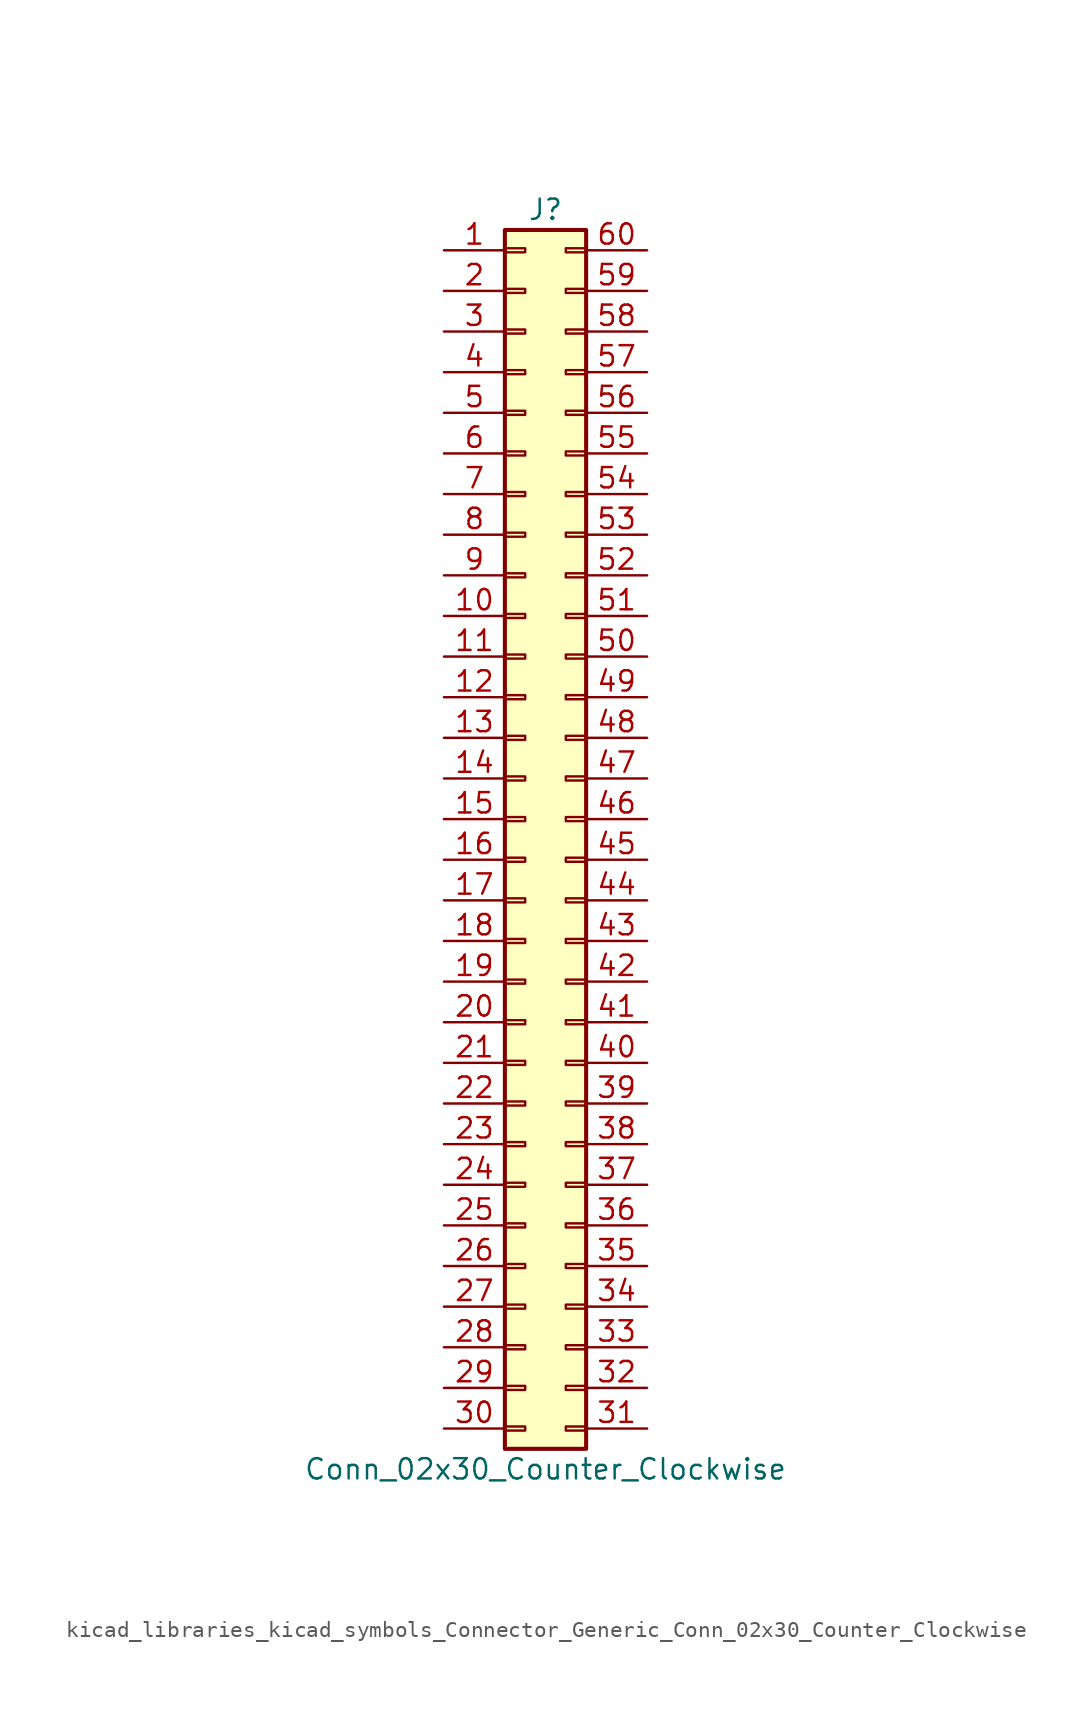
<source format=kicad_sym>
(kicad_symbol_lib
  (version 20220914)
  (generator kicad_symbol_editor)
  (symbol "kicad_libraries_kicad_symbols_Connector_Generic_Conn_02x30_Counter_Clockwise"
    (pin_names
      (offset 1.016) hide)
    (property "Reference" "J"
      (at 1.27 38.1 0)
      (effects (font (size 1.27 1.27))))
    (property "Value" "Conn_02x30_Counter_Clockwise"
      (at 1.27 -40.64 0)
      (effects (font (size 1.27 1.27))))
    (symbol "kicad_libraries_kicad_symbols_Connector_Generic_Conn_02x30_Counter_Clockwise_1_1"
      (rectangle (start -1.27 -37.973) (end 0 -38.227) (stroke (width 0.152) (type default)) (fill (type none)))
      (rectangle (start -1.27 -35.433) (end 0 -35.687) (stroke (width 0.152) (type default)) (fill (type none)))
      (rectangle (start -1.27 -32.893) (end 0 -33.147) (stroke (width 0.152) (type default)) (fill (type none)))
      (rectangle (start -1.27 -30.353) (end 0 -30.607) (stroke (width 0.152) (type default)) (fill (type none)))
      (rectangle (start -1.27 -27.813) (end 0 -28.067) (stroke (width 0.152) (type default)) (fill (type none)))
      (rectangle (start -1.27 -25.273) (end 0 -25.527) (stroke (width 0.152) (type default)) (fill (type none)))
      (rectangle (start -1.27 -22.733) (end 0 -22.987) (stroke (width 0.152) (type default)) (fill (type none)))
      (rectangle (start -1.27 -20.193) (end 0 -20.447) (stroke (width 0.152) (type default)) (fill (type none)))
      (rectangle (start -1.27 -17.653) (end 0 -17.907) (stroke (width 0.152) (type default)) (fill (type none)))
      (rectangle (start -1.27 -15.113) (end 0 -15.367) (stroke (width 0.152) (type default)) (fill (type none)))
      (rectangle (start -1.27 -12.573) (end 0 -12.827) (stroke (width 0.152) (type default)) (fill (type none)))
      (rectangle (start -1.27 -10.033) (end 0 -10.287) (stroke (width 0.152) (type default)) (fill (type none)))
      (rectangle (start -1.27 -7.493) (end 0 -7.747) (stroke (width 0.152) (type default)) (fill (type none)))
      (rectangle (start -1.27 -4.953) (end 0 -5.207) (stroke (width 0.152) (type default)) (fill (type none)))
      (rectangle (start -1.27 -2.413) (end 0 -2.667) (stroke (width 0.152) (type default)) (fill (type none)))
      (rectangle (start -1.27 0.127) (end 0 -0.127) (stroke (width 0.152) (type default)) (fill (type none)))
      (rectangle (start -1.27 2.667) (end 0 2.413) (stroke (width 0.152) (type default)) (fill (type none)))
      (rectangle (start -1.27 5.207) (end 0 4.953) (stroke (width 0.152) (type default)) (fill (type none)))
      (rectangle (start -1.27 7.747) (end 0 7.493) (stroke (width 0.152) (type default)) (fill (type none)))
      (rectangle (start -1.27 10.287) (end 0 10.033) (stroke (width 0.152) (type default)) (fill (type none)))
      (rectangle (start -1.27 12.827) (end 0 12.573) (stroke (width 0.152) (type default)) (fill (type none)))
      (rectangle (start -1.27 15.367) (end 0 15.113) (stroke (width 0.152) (type default)) (fill (type none)))
      (rectangle (start -1.27 17.907) (end 0 17.653) (stroke (width 0.152) (type default)) (fill (type none)))
      (rectangle (start -1.27 20.447) (end 0 20.193) (stroke (width 0.152) (type default)) (fill (type none)))
      (rectangle (start -1.27 22.987) (end 0 22.733) (stroke (width 0.152) (type default)) (fill (type none)))
      (rectangle (start -1.27 25.527) (end 0 25.273) (stroke (width 0.152) (type default)) (fill (type none)))
      (rectangle (start -1.27 28.067) (end 0 27.813) (stroke (width 0.152) (type default)) (fill (type none)))
      (rectangle (start -1.27 30.607) (end 0 30.353) (stroke (width 0.152) (type default)) (fill (type none)))
      (rectangle (start -1.27 33.147) (end 0 32.893) (stroke (width 0.152) (type default)) (fill (type none)))
      (rectangle (start -1.27 35.687) (end 0 35.433) (stroke (width 0.152) (type default)) (fill (type none)))
      (rectangle (start -1.27 36.83) (end 3.81 -39.37) (stroke (width 0.254) (type default)) (fill (type background)))
      (rectangle (start 3.81 -37.973) (end 2.54 -38.227) (stroke (width 0.152) (type default)) (fill (type none)))
      (rectangle (start 3.81 -35.433) (end 2.54 -35.687) (stroke (width 0.152) (type default)) (fill (type none)))
      (rectangle (start 3.81 -32.893) (end 2.54 -33.147) (stroke (width 0.152) (type default)) (fill (type none)))
      (rectangle (start 3.81 -30.353) (end 2.54 -30.607) (stroke (width 0.152) (type default)) (fill (type none)))
      (rectangle (start 3.81 -27.813) (end 2.54 -28.067) (stroke (width 0.152) (type default)) (fill (type none)))
      (rectangle (start 3.81 -25.273) (end 2.54 -25.527) (stroke (width 0.152) (type default)) (fill (type none)))
      (rectangle (start 3.81 -22.733) (end 2.54 -22.987) (stroke (width 0.152) (type default)) (fill (type none)))
      (rectangle (start 3.81 -20.193) (end 2.54 -20.447) (stroke (width 0.152) (type default)) (fill (type none)))
      (rectangle (start 3.81 -17.653) (end 2.54 -17.907) (stroke (width 0.152) (type default)) (fill (type none)))
      (rectangle (start 3.81 -15.113) (end 2.54 -15.367) (stroke (width 0.152) (type default)) (fill (type none)))
      (rectangle (start 3.81 -12.573) (end 2.54 -12.827) (stroke (width 0.152) (type default)) (fill (type none)))
      (rectangle (start 3.81 -10.033) (end 2.54 -10.287) (stroke (width 0.152) (type default)) (fill (type none)))
      (rectangle (start 3.81 -7.493) (end 2.54 -7.747) (stroke (width 0.152) (type default)) (fill (type none)))
      (rectangle (start 3.81 -4.953) (end 2.54 -5.207) (stroke (width 0.152) (type default)) (fill (type none)))
      (rectangle (start 3.81 -2.413) (end 2.54 -2.667) (stroke (width 0.152) (type default)) (fill (type none)))
      (rectangle (start 3.81 0.127) (end 2.54 -0.127) (stroke (width 0.152) (type default)) (fill (type none)))
      (rectangle (start 3.81 2.667) (end 2.54 2.413) (stroke (width 0.152) (type default)) (fill (type none)))
      (rectangle (start 3.81 5.207) (end 2.54 4.953) (stroke (width 0.152) (type default)) (fill (type none)))
      (rectangle (start 3.81 7.747) (end 2.54 7.493) (stroke (width 0.152) (type default)) (fill (type none)))
      (rectangle (start 3.81 10.287) (end 2.54 10.033) (stroke (width 0.152) (type default)) (fill (type none)))
      (rectangle (start 3.81 12.827) (end 2.54 12.573) (stroke (width 0.152) (type default)) (fill (type none)))
      (rectangle (start 3.81 15.367) (end 2.54 15.113) (stroke (width 0.152) (type default)) (fill (type none)))
      (rectangle (start 3.81 17.907) (end 2.54 17.653) (stroke (width 0.152) (type default)) (fill (type none)))
      (rectangle (start 3.81 20.447) (end 2.54 20.193) (stroke (width 0.152) (type default)) (fill (type none)))
      (rectangle (start 3.81 22.987) (end 2.54 22.733) (stroke (width 0.152) (type default)) (fill (type none)))
      (rectangle (start 3.81 25.527) (end 2.54 25.273) (stroke (width 0.152) (type default)) (fill (type none)))
      (rectangle (start 3.81 28.067) (end 2.54 27.813) (stroke (width 0.152) (type default)) (fill (type none)))
      (rectangle (start 3.81 30.607) (end 2.54 30.353) (stroke (width 0.152) (type default)) (fill (type none)))
      (rectangle (start 3.81 33.147) (end 2.54 32.893) (stroke (width 0.152) (type default)) (fill (type none)))
      (rectangle (start 3.81 35.687) (end 2.54 35.433) (stroke (width 0.152) (type default)) (fill (type none)))
      (pin passive line (at -5.08 35.56 0) (length 3.81) (name "Pin_1" (effects (font (size 1.27 1.27)))) (number "1" (effects (font (size 1.27 1.27)))))
      (pin passive line (at -5.08 12.7 0) (length 3.81) (name "Pin_10" (effects (font (size 1.27 1.27)))) (number "10" (effects (font (size 1.27 1.27)))))
      (pin passive line (at -5.08 10.16 0) (length 3.81) (name "Pin_11" (effects (font (size 1.27 1.27)))) (number "11" (effects (font (size 1.27 1.27)))))
      (pin passive line (at -5.08 7.62 0) (length 3.81) (name "Pin_12" (effects (font (size 1.27 1.27)))) (number "12" (effects (font (size 1.27 1.27)))))
      (pin passive line (at -5.08 5.08 0) (length 3.81) (name "Pin_13" (effects (font (size 1.27 1.27)))) (number "13" (effects (font (size 1.27 1.27)))))
      (pin passive line (at -5.08 2.54 0) (length 3.81) (name "Pin_14" (effects (font (size 1.27 1.27)))) (number "14" (effects (font (size 1.27 1.27)))))
      (pin passive line (at -5.08 0 0) (length 3.81) (name "Pin_15" (effects (font (size 1.27 1.27)))) (number "15" (effects (font (size 1.27 1.27)))))
      (pin passive line (at -5.08 -2.54 0) (length 3.81) (name "Pin_16" (effects (font (size 1.27 1.27)))) (number "16" (effects (font (size 1.27 1.27)))))
      (pin passive line (at -5.08 -5.08 0) (length 3.81) (name "Pin_17" (effects (font (size 1.27 1.27)))) (number "17" (effects (font (size 1.27 1.27)))))
      (pin passive line (at -5.08 -7.62 0) (length 3.81) (name "Pin_18" (effects (font (size 1.27 1.27)))) (number "18" (effects (font (size 1.27 1.27)))))
      (pin passive line (at -5.08 -10.16 0) (length 3.81) (name "Pin_19" (effects (font (size 1.27 1.27)))) (number "19" (effects (font (size 1.27 1.27)))))
      (pin passive line (at -5.08 33.02 0) (length 3.81) (name "Pin_2" (effects (font (size 1.27 1.27)))) (number "2" (effects (font (size 1.27 1.27)))))
      (pin passive line (at -5.08 -12.7 0) (length 3.81) (name "Pin_20" (effects (font (size 1.27 1.27)))) (number "20" (effects (font (size 1.27 1.27)))))
      (pin passive line (at -5.08 -15.24 0) (length 3.81) (name "Pin_21" (effects (font (size 1.27 1.27)))) (number "21" (effects (font (size 1.27 1.27)))))
      (pin passive line (at -5.08 -17.78 0) (length 3.81) (name "Pin_22" (effects (font (size 1.27 1.27)))) (number "22" (effects (font (size 1.27 1.27)))))
      (pin passive line (at -5.08 -20.32 0) (length 3.81) (name "Pin_23" (effects (font (size 1.27 1.27)))) (number "23" (effects (font (size 1.27 1.27)))))
      (pin passive line (at -5.08 -22.86 0) (length 3.81) (name "Pin_24" (effects (font (size 1.27 1.27)))) (number "24" (effects (font (size 1.27 1.27)))))
      (pin passive line (at -5.08 -25.4 0) (length 3.81) (name "Pin_25" (effects (font (size 1.27 1.27)))) (number "25" (effects (font (size 1.27 1.27)))))
      (pin passive line (at -5.08 -27.94 0) (length 3.81) (name "Pin_26" (effects (font (size 1.27 1.27)))) (number "26" (effects (font (size 1.27 1.27)))))
      (pin passive line (at -5.08 -30.48 0) (length 3.81) (name "Pin_27" (effects (font (size 1.27 1.27)))) (number "27" (effects (font (size 1.27 1.27)))))
      (pin passive line (at -5.08 -33.02 0) (length 3.81) (name "Pin_28" (effects (font (size 1.27 1.27)))) (number "28" (effects (font (size 1.27 1.27)))))
      (pin passive line (at -5.08 -35.56 0) (length 3.81) (name "Pin_29" (effects (font (size 1.27 1.27)))) (number "29" (effects (font (size 1.27 1.27)))))
      (pin passive line (at -5.08 30.48 0) (length 3.81) (name "Pin_3" (effects (font (size 1.27 1.27)))) (number "3" (effects (font (size 1.27 1.27)))))
      (pin passive line (at -5.08 -38.1 0) (length 3.81) (name "Pin_30" (effects (font (size 1.27 1.27)))) (number "30" (effects (font (size 1.27 1.27)))))
      (pin passive line (at 7.62 -38.1 180) (length 3.81) (name "Pin_31" (effects (font (size 1.27 1.27)))) (number "31" (effects (font (size 1.27 1.27)))))
      (pin passive line (at 7.62 -35.56 180) (length 3.81) (name "Pin_32" (effects (font (size 1.27 1.27)))) (number "32" (effects (font (size 1.27 1.27)))))
      (pin passive line (at 7.62 -33.02 180) (length 3.81) (name "Pin_33" (effects (font (size 1.27 1.27)))) (number "33" (effects (font (size 1.27 1.27)))))
      (pin passive line (at 7.62 -30.48 180) (length 3.81) (name "Pin_34" (effects (font (size 1.27 1.27)))) (number "34" (effects (font (size 1.27 1.27)))))
      (pin passive line (at 7.62 -27.94 180) (length 3.81) (name "Pin_35" (effects (font (size 1.27 1.27)))) (number "35" (effects (font (size 1.27 1.27)))))
      (pin passive line (at 7.62 -25.4 180) (length 3.81) (name "Pin_36" (effects (font (size 1.27 1.27)))) (number "36" (effects (font (size 1.27 1.27)))))
      (pin passive line (at 7.62 -22.86 180) (length 3.81) (name "Pin_37" (effects (font (size 1.27 1.27)))) (number "37" (effects (font (size 1.27 1.27)))))
      (pin passive line (at 7.62 -20.32 180) (length 3.81) (name "Pin_38" (effects (font (size 1.27 1.27)))) (number "38" (effects (font (size 1.27 1.27)))))
      (pin passive line (at 7.62 -17.78 180) (length 3.81) (name "Pin_39" (effects (font (size 1.27 1.27)))) (number "39" (effects (font (size 1.27 1.27)))))
      (pin passive line (at -5.08 27.94 0) (length 3.81) (name "Pin_4" (effects (font (size 1.27 1.27)))) (number "4" (effects (font (size 1.27 1.27)))))
      (pin passive line (at 7.62 -15.24 180) (length 3.81) (name "Pin_40" (effects (font (size 1.27 1.27)))) (number "40" (effects (font (size 1.27 1.27)))))
      (pin passive line (at 7.62 -12.7 180) (length 3.81) (name "Pin_41" (effects (font (size 1.27 1.27)))) (number "41" (effects (font (size 1.27 1.27)))))
      (pin passive line (at 7.62 -10.16 180) (length 3.81) (name "Pin_42" (effects (font (size 1.27 1.27)))) (number "42" (effects (font (size 1.27 1.27)))))
      (pin passive line (at 7.62 -7.62 180) (length 3.81) (name "Pin_43" (effects (font (size 1.27 1.27)))) (number "43" (effects (font (size 1.27 1.27)))))
      (pin passive line (at 7.62 -5.08 180) (length 3.81) (name "Pin_44" (effects (font (size 1.27 1.27)))) (number "44" (effects (font (size 1.27 1.27)))))
      (pin passive line (at 7.62 -2.54 180) (length 3.81) (name "Pin_45" (effects (font (size 1.27 1.27)))) (number "45" (effects (font (size 1.27 1.27)))))
      (pin passive line (at 7.62 0 180) (length 3.81) (name "Pin_46" (effects (font (size 1.27 1.27)))) (number "46" (effects (font (size 1.27 1.27)))))
      (pin passive line (at 7.62 2.54 180) (length 3.81) (name "Pin_47" (effects (font (size 1.27 1.27)))) (number "47" (effects (font (size 1.27 1.27)))))
      (pin passive line (at 7.62 5.08 180) (length 3.81) (name "Pin_48" (effects (font (size 1.27 1.27)))) (number "48" (effects (font (size 1.27 1.27)))))
      (pin passive line (at 7.62 7.62 180) (length 3.81) (name "Pin_49" (effects (font (size 1.27 1.27)))) (number "49" (effects (font (size 1.27 1.27)))))
      (pin passive line (at -5.08 25.4 0) (length 3.81) (name "Pin_5" (effects (font (size 1.27 1.27)))) (number "5" (effects (font (size 1.27 1.27)))))
      (pin passive line (at 7.62 10.16 180) (length 3.81) (name "Pin_50" (effects (font (size 1.27 1.27)))) (number "50" (effects (font (size 1.27 1.27)))))
      (pin passive line (at 7.62 12.7 180) (length 3.81) (name "Pin_51" (effects (font (size 1.27 1.27)))) (number "51" (effects (font (size 1.27 1.27)))))
      (pin passive line (at 7.62 15.24 180) (length 3.81) (name "Pin_52" (effects (font (size 1.27 1.27)))) (number "52" (effects (font (size 1.27 1.27)))))
      (pin passive line (at 7.62 17.78 180) (length 3.81) (name "Pin_53" (effects (font (size 1.27 1.27)))) (number "53" (effects (font (size 1.27 1.27)))))
      (pin passive line (at 7.62 20.32 180) (length 3.81) (name "Pin_54" (effects (font (size 1.27 1.27)))) (number "54" (effects (font (size 1.27 1.27)))))
      (pin passive line (at 7.62 22.86 180) (length 3.81) (name "Pin_55" (effects (font (size 1.27 1.27)))) (number "55" (effects (font (size 1.27 1.27)))))
      (pin passive line (at 7.62 25.4 180) (length 3.81) (name "Pin_56" (effects (font (size 1.27 1.27)))) (number "56" (effects (font (size 1.27 1.27)))))
      (pin passive line (at 7.62 27.94 180) (length 3.81) (name "Pin_57" (effects (font (size 1.27 1.27)))) (number "57" (effects (font (size 1.27 1.27)))))
      (pin passive line (at 7.62 30.48 180) (length 3.81) (name "Pin_58" (effects (font (size 1.27 1.27)))) (number "58" (effects (font (size 1.27 1.27)))))
      (pin passive line (at 7.62 33.02 180) (length 3.81) (name "Pin_59" (effects (font (size 1.27 1.27)))) (number "59" (effects (font (size 1.27 1.27)))))
      (pin passive line (at -5.08 22.86 0) (length 3.81) (name "Pin_6" (effects (font (size 1.27 1.27)))) (number "6" (effects (font (size 1.27 1.27)))))
      (pin passive line (at 7.62 35.56 180) (length 3.81) (name "Pin_60" (effects (font (size 1.27 1.27)))) (number "60" (effects (font (size 1.27 1.27)))))
      (pin passive line (at -5.08 20.32 0) (length 3.81) (name "Pin_7" (effects (font (size 1.27 1.27)))) (number "7" (effects (font (size 1.27 1.27)))))
      (pin passive line (at -5.08 17.78 0) (length 3.81) (name "Pin_8" (effects (font (size 1.27 1.27)))) (number "8" (effects (font (size 1.27 1.27)))))
      (pin passive line (at -5.08 15.24 0) (length 3.81) (name "Pin_9" (effects (font (size 1.27 1.27)))) (number "9" (effects (font (size 1.27 1.27))))))))
</source>
